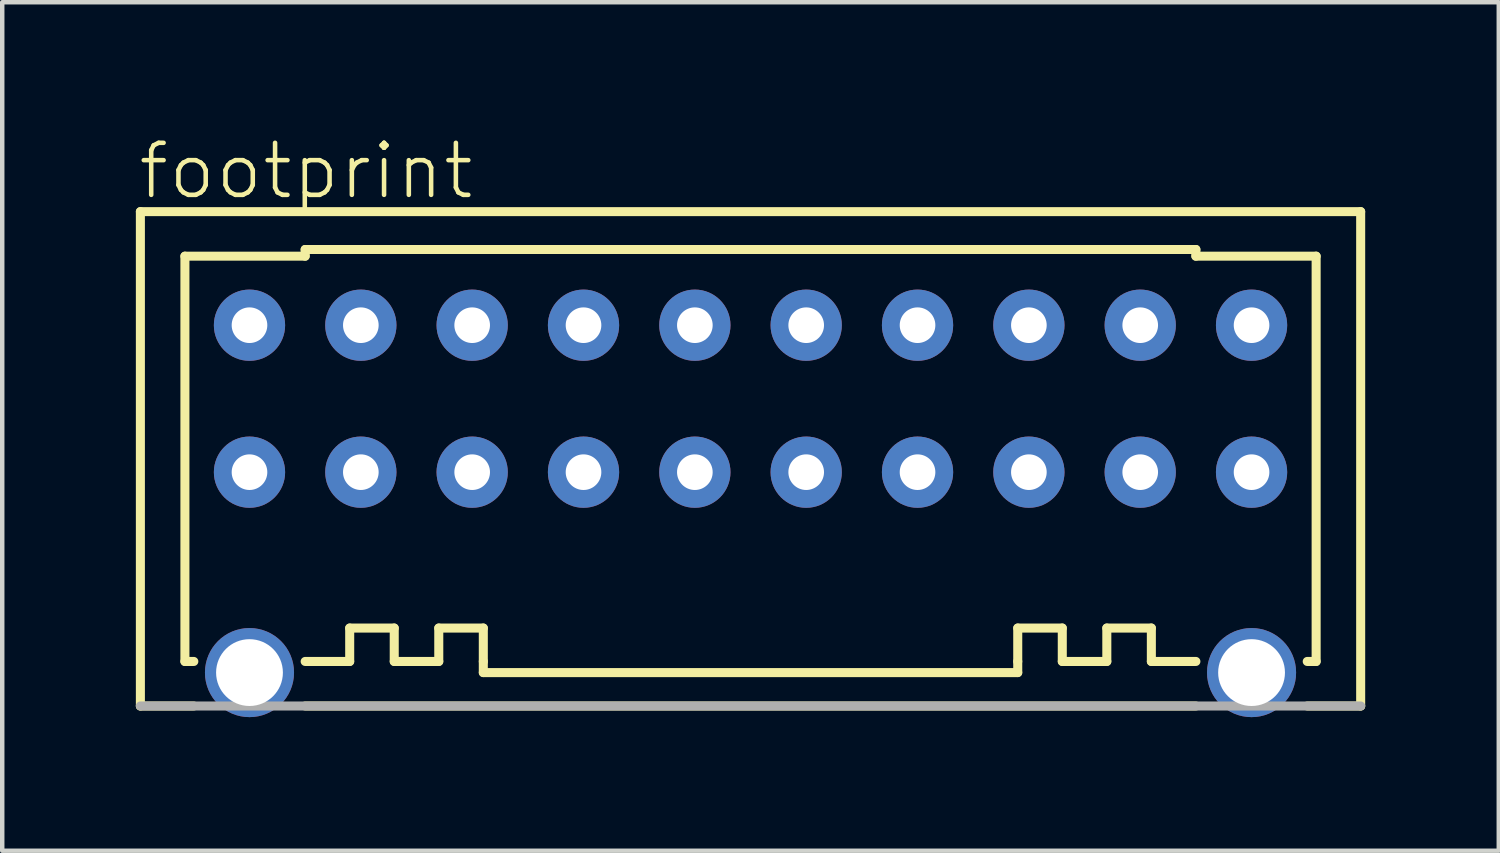
<source format=kicad_pcb>
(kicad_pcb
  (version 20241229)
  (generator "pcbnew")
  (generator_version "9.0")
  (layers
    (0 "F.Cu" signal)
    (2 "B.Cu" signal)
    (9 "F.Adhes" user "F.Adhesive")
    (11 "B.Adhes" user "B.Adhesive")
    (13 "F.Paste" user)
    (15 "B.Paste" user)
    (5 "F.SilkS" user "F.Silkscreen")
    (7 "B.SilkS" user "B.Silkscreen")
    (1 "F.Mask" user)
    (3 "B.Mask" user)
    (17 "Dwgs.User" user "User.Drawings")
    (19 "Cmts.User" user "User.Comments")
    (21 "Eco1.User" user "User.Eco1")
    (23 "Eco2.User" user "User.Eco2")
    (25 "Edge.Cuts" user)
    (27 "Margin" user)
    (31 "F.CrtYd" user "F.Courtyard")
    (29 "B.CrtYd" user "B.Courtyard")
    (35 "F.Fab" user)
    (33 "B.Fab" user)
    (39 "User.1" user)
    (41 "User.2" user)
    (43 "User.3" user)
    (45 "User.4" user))
  (footprint "footprint"
    (layer "F.Cu")
    (at 13.802 7.552)
    (property "Reference" "footprint" (at -13.802 -6.079 0) (layer "F.SilkS") (effects (font (size 1.168 1.168) (thickness 0.102)) (justify left bottom)))
    (fp_line (start -13.7 -5.85) (end 13.7 -5.85) (stroke (width 0.203) (type solid)) (layer "F.SilkS"))
    (fp_line (start -13.7 5.25) (end -13.7 -5.85) (stroke (width 0.203) (type solid)) (layer "F.SilkS"))
    (fp_line (start -12.7 -4.85) (end -10 -4.85) (stroke (width 0.203) (type solid)) (layer "F.SilkS"))
    (fp_line (start -12.7 4.25) (end -12.7 -4.85) (stroke (width 0.203) (type solid)) (layer "F.SilkS"))
    (fp_line (start -12.5 4.25) (end -12.7 4.25) (stroke (width 0.203) (type solid)) (layer "F.SilkS"))
    (fp_line (start -12.5 5.25) (end -13.7 5.25) (stroke (width 0.203) (type solid)) (layer "F.SilkS"))
    (fp_line (start -10 -5) (end 10 -5) (stroke (width 0.203) (type solid)) (layer "F.SilkS"))
    (fp_line (start -10 -4.85) (end -10 -5) (stroke (width 0.203) (type solid)) (layer "F.SilkS"))
    (fp_line (start -9 3.5) (end -9 4.25) (stroke (width 0.203) (type solid)) (layer "F.SilkS"))
    (fp_line (start -9 4.25) (end -10 4.25) (stroke (width 0.203) (type solid)) (layer "F.SilkS"))
    (fp_line (start -8 3.5) (end -9 3.5) (stroke (width 0.203) (type solid)) (layer "F.SilkS"))
    (fp_line (start -8 4.25) (end -8 3.5) (stroke (width 0.203) (type solid)) (layer "F.SilkS"))
    (fp_line (start -7 3.5) (end -7 4.25) (stroke (width 0.203) (type solid)) (layer "F.SilkS"))
    (fp_line (start -7 4.25) (end -8 4.25) (stroke (width 0.203) (type solid)) (layer "F.SilkS"))
    (fp_line (start -6 3.5) (end -7 3.5) (stroke (width 0.203) (type solid)) (layer "F.SilkS"))
    (fp_line (start -6 4.25) (end -6 3.5) (stroke (width 0.203) (type solid)) (layer "F.SilkS"))
    (fp_line (start -6 4.5) (end -6 4.25) (stroke (width 0.203) (type solid)) (layer "F.SilkS"))
    (fp_line (start 6 3.5) (end 6 4.25) (stroke (width 0.203) (type solid)) (layer "F.SilkS"))
    (fp_line (start 6 4.25) (end 6 4.5) (stroke (width 0.203) (type solid)) (layer "F.SilkS"))
    (fp_line (start 6 4.5) (end -6 4.5) (stroke (width 0.203) (type solid)) (layer "F.SilkS"))
    (fp_line (start 7 3.5) (end 6 3.5) (stroke (width 0.203) (type solid)) (layer "F.SilkS"))
    (fp_line (start 7 4.25) (end 7 3.5) (stroke (width 0.203) (type solid)) (layer "F.SilkS"))
    (fp_line (start 8 3.5) (end 8 4.25) (stroke (width 0.203) (type solid)) (layer "F.SilkS"))
    (fp_line (start 8 4.25) (end 7 4.25) (stroke (width 0.203) (type solid)) (layer "F.SilkS"))
    (fp_line (start 9 3.5) (end 8 3.5) (stroke (width 0.203) (type solid)) (layer "F.SilkS"))
    (fp_line (start 9 4.25) (end 9 3.5) (stroke (width 0.203) (type solid)) (layer "F.SilkS"))
    (fp_line (start 10 -5) (end 10 -4.85) (stroke (width 0.203) (type solid)) (layer "F.SilkS"))
    (fp_line (start 10 -4.85) (end 12.7 -4.85) (stroke (width 0.203) (type solid)) (layer "F.SilkS"))
    (fp_line (start 10 4.25) (end 9 4.25) (stroke (width 0.203) (type solid)) (layer "F.SilkS"))
    (fp_line (start 10 5.25) (end -10 5.25) (stroke (width 0.203) (type solid)) (layer "F.SilkS"))
    (fp_line (start 12.7 -4.85) (end 12.7 4.25) (stroke (width 0.203) (type solid)) (layer "F.SilkS"))
    (fp_line (start 12.7 4.25) (end 12.5 4.25) (stroke (width 0.203) (type solid)) (layer "F.SilkS"))
    (fp_line (start 13.7 -5.85) (end 13.7 5.25) (stroke (width 0.203) (type solid)) (layer "F.SilkS"))
    (fp_line (start 13.7 5.25) (end 12.5 5.25) (stroke (width 0.203) (type solid)) (layer "F.SilkS"))
    (fp_line (start 13.7 5.25) (end -13.7 5.25) (stroke (width 0.203) (type solid)) (layer "F.Fab"))
    (pad "A1" thru_hole circle (at 11.25 -3.3 180) (size 1.6 1.6) (drill 0.8) (layers "*.Cu" "*.Mask"))
    (pad "A2" thru_hole circle (at 8.75 -3.3 180) (size 1.6 1.6) (drill 0.8) (layers "*.Cu" "*.Mask"))
    (pad "A3" thru_hole circle (at 6.25 -3.3 180) (size 1.6 1.6) (drill 0.8) (layers "*.Cu" "*.Mask"))
    (pad "A4" thru_hole circle (at 3.75 -3.3 180) (size 1.6 1.6) (drill 0.8) (layers "*.Cu" "*.Mask"))
    (pad "A5" thru_hole circle (at 1.25 -3.3 180) (size 1.6 1.6) (drill 0.8) (layers "*.Cu" "*.Mask"))
    (pad "A6" thru_hole circle (at -1.25 -3.3 180) (size 1.6 1.6) (drill 0.8) (layers "*.Cu" "*.Mask"))
    (pad "A7" thru_hole circle (at -3.75 -3.3 180) (size 1.6 1.6) (drill 0.8) (layers "*.Cu" "*.Mask"))
    (pad "A8" thru_hole circle (at -6.25 -3.3 180) (size 1.6 1.6) (drill 0.8) (layers "*.Cu" "*.Mask"))
    (pad "A9" thru_hole circle (at -8.75 -3.3 180) (size 1.6 1.6) (drill 0.8) (layers "*.Cu" "*.Mask"))
    (pad "A10" thru_hole circle (at -11.25 -3.3 180) (size 1.6 1.6) (drill 0.8) (layers "*.Cu" "*.Mask"))
    (pad "B1" thru_hole circle (at 11.25 0 180) (size 1.6 1.6) (drill 0.8) (layers "*.Cu" "*.Mask"))
    (pad "B2" thru_hole circle (at 8.75 0 180) (size 1.6 1.6) (drill 0.8) (layers "*.Cu" "*.Mask"))
    (pad "B3" thru_hole circle (at 6.25 0 180) (size 1.6 1.6) (drill 0.8) (layers "*.Cu" "*.Mask"))
    (pad "B4" thru_hole circle (at 3.75 0 180) (size 1.6 1.6) (drill 0.8) (layers "*.Cu" "*.Mask"))
    (pad "B5" thru_hole circle (at 1.25 0 180) (size 1.6 1.6) (drill 0.8) (layers "*.Cu" "*.Mask"))
    (pad "B6" thru_hole circle (at -1.25 0 180) (size 1.6 1.6) (drill 0.8) (layers "*.Cu" "*.Mask"))
    (pad "B7" thru_hole circle (at -3.75 0 180) (size 1.6 1.6) (drill 0.8) (layers "*.Cu" "*.Mask"))
    (pad "B8" thru_hole circle (at -6.25 0 180) (size 1.6 1.6) (drill 0.8) (layers "*.Cu" "*.Mask"))
    (pad "B9" thru_hole circle (at -8.75 0 180) (size 1.6 1.6) (drill 0.8) (layers "*.Cu" "*.Mask"))
    (pad "B10" thru_hole circle (at -11.25 0 180) (size 1.6 1.6) (drill 0.8) (layers "*.Cu" "*.Mask"))
    (pad "M1" thru_hole circle (at 11.25 4.5) (size 2 2) (drill 1.5) (layers "*.Cu" "*.Mask"))
    (pad "M2" thru_hole circle (at -11.25 4.5) (size 2 2) (drill 1.5) (layers "*.Cu" "*.Mask")))
  (gr_rect
    (start -3 -3)
    (end 30.603 16.052)
    (stroke (width 0.1) (type default))
    (fill no)
    (layer "Edge.Cuts")))
</source>
